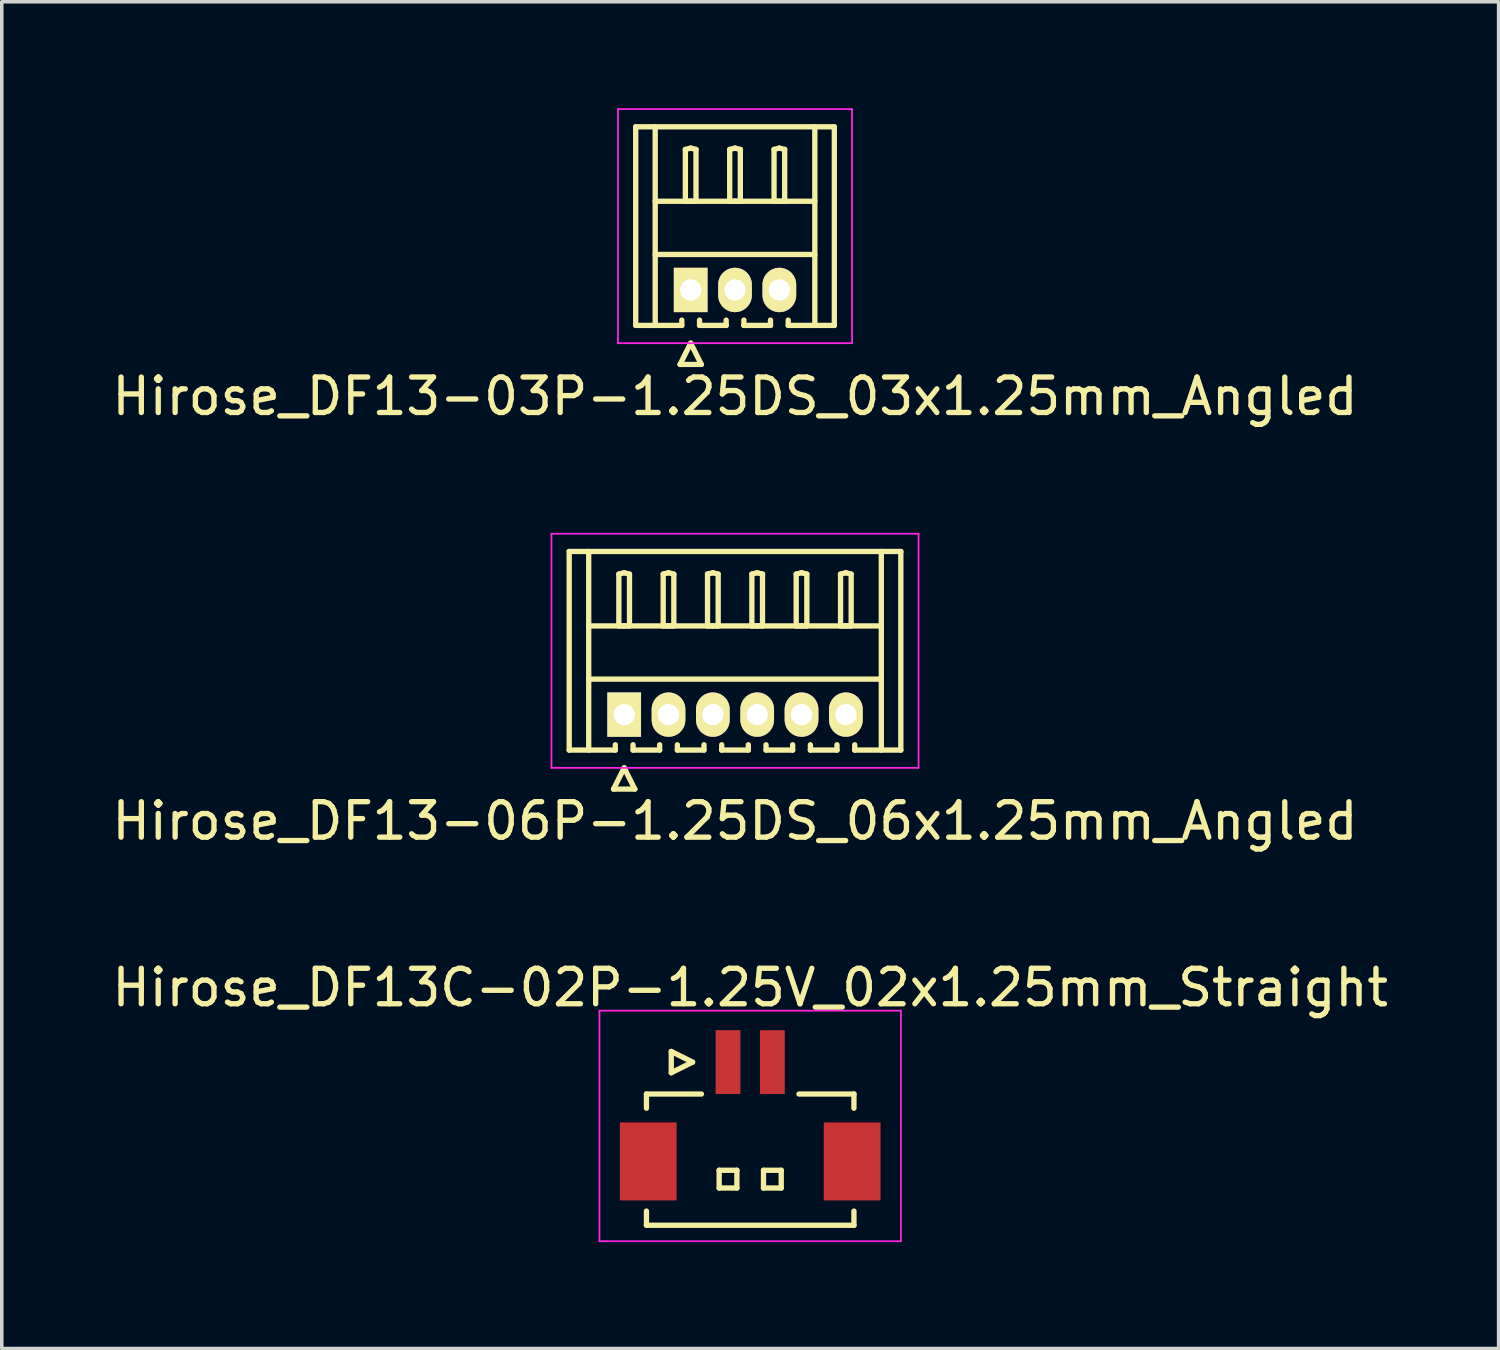
<source format=kicad_pcb>
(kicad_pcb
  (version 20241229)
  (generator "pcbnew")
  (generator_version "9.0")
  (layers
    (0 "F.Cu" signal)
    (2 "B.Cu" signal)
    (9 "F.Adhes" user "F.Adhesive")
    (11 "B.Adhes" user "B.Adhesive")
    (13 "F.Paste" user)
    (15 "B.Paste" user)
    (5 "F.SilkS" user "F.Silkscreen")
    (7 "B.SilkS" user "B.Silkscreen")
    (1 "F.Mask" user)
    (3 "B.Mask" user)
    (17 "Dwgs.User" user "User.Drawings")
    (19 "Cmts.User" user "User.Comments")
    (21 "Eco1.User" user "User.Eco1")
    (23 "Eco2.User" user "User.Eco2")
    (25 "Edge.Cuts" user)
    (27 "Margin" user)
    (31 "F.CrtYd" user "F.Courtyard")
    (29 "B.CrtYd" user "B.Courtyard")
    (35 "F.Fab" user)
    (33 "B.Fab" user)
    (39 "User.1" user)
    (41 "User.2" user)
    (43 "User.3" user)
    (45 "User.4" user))
  (footprint "Hirose_DF13-03P-1.25DS_03x1.25mm_Angled"
    (layer "F.Cu")
    (at 16.423 5.125)
    (property "Reference" "Hirose_DF13-03P-1.25DS_03x1.25mm_Angled" (at 1.25 3 0) (layer "F.SilkS") (effects (font (size 1 1) (thickness 0.15))))
    (attr through_hole)
    (fp_line (start -1.55 -4.6) (end 4.05 -4.6) (stroke (width 0.15) (type solid)) (layer "F.SilkS"))
    (fp_line (start -1.55 1) (end -1.55 -4.6) (stroke (width 0.15) (type solid)) (layer "F.SilkS"))
    (fp_line (start -1 -4.6) (end -1 1) (stroke (width 0.15) (type solid)) (layer "F.SilkS"))
    (fp_line (start -1 -2.5) (end 3.5 -2.5) (stroke (width 0.15) (type solid)) (layer "F.SilkS"))
    (fp_line (start -1 -1) (end 3.5 -1) (stroke (width 0.15) (type solid)) (layer "F.SilkS"))
    (fp_line (start -0.3 2.1) (end 0.3 2.1) (stroke (width 0.15) (type solid)) (layer "F.SilkS"))
    (fp_line (start -0.25 0.85) (end -0.25 1) (stroke (width 0.15) (type solid)) (layer "F.SilkS"))
    (fp_line (start -0.25 1) (end -1.55 1) (stroke (width 0.15) (type solid)) (layer "F.SilkS"))
    (fp_line (start -0.15 -3.962) (end 0 -4) (stroke (width 0.15) (type solid)) (layer "F.SilkS"))
    (fp_line (start -0.15 -2.5) (end -0.15 -3.962) (stroke (width 0.15) (type solid)) (layer "F.SilkS"))
    (fp_line (start 0 -4) (end 0.15 -3.962) (stroke (width 0.15) (type solid)) (layer "F.SilkS"))
    (fp_line (start 0 -2.5) (end -0.15 -2.5) (stroke (width 0.15) (type solid)) (layer "F.SilkS"))
    (fp_line (start 0 1.5) (end -0.3 2.1) (stroke (width 0.15) (type solid)) (layer "F.SilkS"))
    (fp_line (start 0.15 -3.962) (end 0.15 -2.5) (stroke (width 0.15) (type solid)) (layer "F.SilkS"))
    (fp_line (start 0.15 -2.5) (end 0 -2.5) (stroke (width 0.15) (type solid)) (layer "F.SilkS"))
    (fp_line (start 0.25 0.85) (end 0.25 1) (stroke (width 0.15) (type solid)) (layer "F.SilkS"))
    (fp_line (start 0.25 1) (end 1 1) (stroke (width 0.15) (type solid)) (layer "F.SilkS"))
    (fp_line (start 0.3 2.1) (end 0 1.5) (stroke (width 0.15) (type solid)) (layer "F.SilkS"))
    (fp_line (start 1 1) (end 1 0.85) (stroke (width 0.15) (type solid)) (layer "F.SilkS"))
    (fp_line (start 1.1 -3.962) (end 1.25 -4) (stroke (width 0.15) (type solid)) (layer "F.SilkS"))
    (fp_line (start 1.1 -2.5) (end 1.1 -3.962) (stroke (width 0.15) (type solid)) (layer "F.SilkS"))
    (fp_line (start 1.25 -4) (end 1.4 -3.962) (stroke (width 0.15) (type solid)) (layer "F.SilkS"))
    (fp_line (start 1.25 -2.5) (end 1.1 -2.5) (stroke (width 0.15) (type solid)) (layer "F.SilkS"))
    (fp_line (start 1.4 -3.962) (end 1.4 -2.5) (stroke (width 0.15) (type solid)) (layer "F.SilkS"))
    (fp_line (start 1.4 -2.5) (end 1.25 -2.5) (stroke (width 0.15) (type solid)) (layer "F.SilkS"))
    (fp_line (start 1.5 0.85) (end 1.5 1) (stroke (width 0.15) (type solid)) (layer "F.SilkS"))
    (fp_line (start 1.5 1) (end 2.25 1) (stroke (width 0.15) (type solid)) (layer "F.SilkS"))
    (fp_line (start 2.25 1) (end 2.25 0.85) (stroke (width 0.15) (type solid)) (layer "F.SilkS"))
    (fp_line (start 2.35 -3.962) (end 2.5 -4) (stroke (width 0.15) (type solid)) (layer "F.SilkS"))
    (fp_line (start 2.35 -2.5) (end 2.35 -3.962) (stroke (width 0.15) (type solid)) (layer "F.SilkS"))
    (fp_line (start 2.5 -4) (end 2.65 -3.962) (stroke (width 0.15) (type solid)) (layer "F.SilkS"))
    (fp_line (start 2.5 -2.5) (end 2.35 -2.5) (stroke (width 0.15) (type solid)) (layer "F.SilkS"))
    (fp_line (start 2.65 -3.962) (end 2.65 -2.5) (stroke (width 0.15) (type solid)) (layer "F.SilkS"))
    (fp_line (start 2.65 -2.5) (end 2.5 -2.5) (stroke (width 0.15) (type solid)) (layer "F.SilkS"))
    (fp_line (start 2.75 1) (end 2.75 0.85) (stroke (width 0.15) (type solid)) (layer "F.SilkS"))
    (fp_line (start 3.5 -4.6) (end 3.5 1) (stroke (width 0.15) (type solid)) (layer "F.SilkS"))
    (fp_line (start 4.05 -4.6) (end 4.05 1) (stroke (width 0.15) (type solid)) (layer "F.SilkS"))
    (fp_line (start 4.05 1) (end 2.75 1) (stroke (width 0.15) (type solid)) (layer "F.SilkS"))
    (fp_line (start -2.05 -5.1) (end -2.05 1.5) (stroke (width 0.05) (type solid)) (layer "F.CrtYd"))
    (fp_line (start -2.05 1.5) (end 4.55 1.5) (stroke (width 0.05) (type solid)) (layer "F.CrtYd"))
    (fp_line (start 4.55 -5.1) (end -2.05 -5.1) (stroke (width 0.05) (type solid)) (layer "F.CrtYd"))
    (fp_line (start 4.55 1.5) (end 4.55 -5.1) (stroke (width 0.05) (type solid)) (layer "F.CrtYd"))
    (pad "1" thru_hole rect (at 0 0) (size 0.95 1.25) (drill 0.6) (layers "*.Cu" "*.Mask" "F.SilkS"))
    (pad "2" thru_hole oval (at 1.25 0) (size 0.95 1.25) (drill 0.6) (layers "*.Cu" "*.Mask" "F.SilkS"))
    (pad "3" thru_hole oval (at 2.5 0) (size 0.95 1.25) (drill 0.6) (layers "*.Cu" "*.Mask" "F.SilkS")))
  (footprint "Hirose_DF13C-02P-1.25V_02x1.25mm_Straight"
    (layer "F.Cu")
    (at 18.101 28.295)
    (property "Reference" "Hirose_DF13C-02P-1.25V_02x1.25mm_Straight" (at 0 -3.5 0) (layer "F.SilkS") (effects (font (size 1 1) (thickness 0.15))))
    (attr smd)
    (fp_line (start -2.925 -0.5) (end -2.925 -0.1) (stroke (width 0.15) (type solid)) (layer "F.SilkS"))
    (fp_line (start -2.925 -0.5) (end -1.375 -0.5) (stroke (width 0.15) (type solid)) (layer "F.SilkS"))
    (fp_line (start -2.925 3.2) (end -2.925 2.8) (stroke (width 0.15) (type solid)) (layer "F.SilkS"))
    (fp_line (start -2.925 3.2) (end 2.925 3.2) (stroke (width 0.15) (type solid)) (layer "F.SilkS"))
    (fp_line (start -2.225 -1.7) (end -2.225 -1.1) (stroke (width 0.15) (type solid)) (layer "F.SilkS"))
    (fp_line (start -2.225 -1.1) (end -1.625 -1.4) (stroke (width 0.15) (type solid)) (layer "F.SilkS"))
    (fp_line (start -1.625 -1.4) (end -2.225 -1.7) (stroke (width 0.15) (type solid)) (layer "F.SilkS"))
    (fp_line (start -0.875 1.65) (end -0.875 2.15) (stroke (width 0.15) (type solid)) (layer "F.SilkS"))
    (fp_line (start -0.875 2.15) (end -0.375 2.15) (stroke (width 0.15) (type solid)) (layer "F.SilkS"))
    (fp_line (start -0.375 1.65) (end -0.875 1.65) (stroke (width 0.15) (type solid)) (layer "F.SilkS"))
    (fp_line (start -0.375 2.15) (end -0.375 1.65) (stroke (width 0.15) (type solid)) (layer "F.SilkS"))
    (fp_line (start 0.375 1.65) (end 0.375 2.15) (stroke (width 0.15) (type solid)) (layer "F.SilkS"))
    (fp_line (start 0.375 2.15) (end 0.875 2.15) (stroke (width 0.15) (type solid)) (layer "F.SilkS"))
    (fp_line (start 0.875 1.65) (end 0.375 1.65) (stroke (width 0.15) (type solid)) (layer "F.SilkS"))
    (fp_line (start 0.875 2.15) (end 0.875 1.65) (stroke (width 0.15) (type solid)) (layer "F.SilkS"))
    (fp_line (start 2.925 -0.5) (end 1.375 -0.5) (stroke (width 0.15) (type solid)) (layer "F.SilkS"))
    (fp_line (start 2.925 -0.5) (end 2.925 -0.1) (stroke (width 0.15) (type solid)) (layer "F.SilkS"))
    (fp_line (start 2.925 3.2) (end 2.925 2.8) (stroke (width 0.15) (type solid)) (layer "F.SilkS"))
    (fp_line (start -4.25 -2.85) (end -4.25 3.65) (stroke (width 0.05) (type solid)) (layer "F.CrtYd"))
    (fp_line (start -4.25 3.65) (end 4.25 3.65) (stroke (width 0.05) (type solid)) (layer "F.CrtYd"))
    (fp_line (start 4.25 -2.85) (end -4.25 -2.85) (stroke (width 0.05) (type solid)) (layer "F.CrtYd"))
    (fp_line (start 4.25 3.65) (end 4.25 -2.85) (stroke (width 0.05) (type solid)) (layer "F.CrtYd"))
    (pad "" smd rect (at -2.875 1.4) (size 1.6 2.2) (layers "F.Cu" "F.Mask" "F.Paste"))
    (pad "" smd rect (at 2.875 1.4) (size 1.6 2.2) (layers "F.Cu" "F.Mask" "F.Paste"))
    (pad "1" smd rect (at -0.625 -1.4) (size 0.7 1.8) (layers "F.Cu" "F.Mask" "F.Paste"))
    (pad "2" smd rect (at 0.625 -1.4) (size 0.7 1.8) (layers "F.Cu" "F.Mask" "F.Paste")))
  (footprint "Hirose_DF13-06P-1.25DS_06x1.25mm_Angled"
    (layer "F.Cu")
    (at 14.548 17.098)
    (property "Reference" "Hirose_DF13-06P-1.25DS_06x1.25mm_Angled" (at 3.125 3 0) (layer "F.SilkS") (effects (font (size 1 1) (thickness 0.15))))
    (attr through_hole)
    (fp_line (start -1.55 -4.6) (end 7.8 -4.6) (stroke (width 0.15) (type solid)) (layer "F.SilkS"))
    (fp_line (start -1.55 1) (end -1.55 -4.6) (stroke (width 0.15) (type solid)) (layer "F.SilkS"))
    (fp_line (start -1 -4.6) (end -1 1) (stroke (width 0.15) (type solid)) (layer "F.SilkS"))
    (fp_line (start -1 -2.5) (end 7.25 -2.5) (stroke (width 0.15) (type solid)) (layer "F.SilkS"))
    (fp_line (start -1 -1) (end 7.25 -1) (stroke (width 0.15) (type solid)) (layer "F.SilkS"))
    (fp_line (start -0.3 2.1) (end 0.3 2.1) (stroke (width 0.15) (type solid)) (layer "F.SilkS"))
    (fp_line (start -0.25 0.85) (end -0.25 1) (stroke (width 0.15) (type solid)) (layer "F.SilkS"))
    (fp_line (start -0.25 1) (end -1.55 1) (stroke (width 0.15) (type solid)) (layer "F.SilkS"))
    (fp_line (start -0.15 -3.962) (end 0 -4) (stroke (width 0.15) (type solid)) (layer "F.SilkS"))
    (fp_line (start -0.15 -2.5) (end -0.15 -3.962) (stroke (width 0.15) (type solid)) (layer "F.SilkS"))
    (fp_line (start 0 -4) (end 0.15 -3.962) (stroke (width 0.15) (type solid)) (layer "F.SilkS"))
    (fp_line (start 0 -2.5) (end -0.15 -2.5) (stroke (width 0.15) (type solid)) (layer "F.SilkS"))
    (fp_line (start 0 1.5) (end -0.3 2.1) (stroke (width 0.15) (type solid)) (layer "F.SilkS"))
    (fp_line (start 0.15 -3.962) (end 0.15 -2.5) (stroke (width 0.15) (type solid)) (layer "F.SilkS"))
    (fp_line (start 0.15 -2.5) (end 0 -2.5) (stroke (width 0.15) (type solid)) (layer "F.SilkS"))
    (fp_line (start 0.25 0.85) (end 0.25 1) (stroke (width 0.15) (type solid)) (layer "F.SilkS"))
    (fp_line (start 0.25 1) (end 1 1) (stroke (width 0.15) (type solid)) (layer "F.SilkS"))
    (fp_line (start 0.3 2.1) (end 0 1.5) (stroke (width 0.15) (type solid)) (layer "F.SilkS"))
    (fp_line (start 1 1) (end 1 0.85) (stroke (width 0.15) (type solid)) (layer "F.SilkS"))
    (fp_line (start 1.1 -3.962) (end 1.25 -4) (stroke (width 0.15) (type solid)) (layer "F.SilkS"))
    (fp_line (start 1.1 -2.5) (end 1.1 -3.962) (stroke (width 0.15) (type solid)) (layer "F.SilkS"))
    (fp_line (start 1.25 -4) (end 1.4 -3.962) (stroke (width 0.15) (type solid)) (layer "F.SilkS"))
    (fp_line (start 1.25 -2.5) (end 1.1 -2.5) (stroke (width 0.15) (type solid)) (layer "F.SilkS"))
    (fp_line (start 1.4 -3.962) (end 1.4 -2.5) (stroke (width 0.15) (type solid)) (layer "F.SilkS"))
    (fp_line (start 1.4 -2.5) (end 1.25 -2.5) (stroke (width 0.15) (type solid)) (layer "F.SilkS"))
    (fp_line (start 1.5 0.85) (end 1.5 1) (stroke (width 0.15) (type solid)) (layer "F.SilkS"))
    (fp_line (start 1.5 1) (end 2.25 1) (stroke (width 0.15) (type solid)) (layer "F.SilkS"))
    (fp_line (start 2.25 1) (end 2.25 0.85) (stroke (width 0.15) (type solid)) (layer "F.SilkS"))
    (fp_line (start 2.35 -3.962) (end 2.5 -4) (stroke (width 0.15) (type solid)) (layer "F.SilkS"))
    (fp_line (start 2.35 -2.5) (end 2.35 -3.962) (stroke (width 0.15) (type solid)) (layer "F.SilkS"))
    (fp_line (start 2.5 -4) (end 2.65 -3.962) (stroke (width 0.15) (type solid)) (layer "F.SilkS"))
    (fp_line (start 2.5 -2.5) (end 2.35 -2.5) (stroke (width 0.15) (type solid)) (layer "F.SilkS"))
    (fp_line (start 2.65 -3.962) (end 2.65 -2.5) (stroke (width 0.15) (type solid)) (layer "F.SilkS"))
    (fp_line (start 2.65 -2.5) (end 2.5 -2.5) (stroke (width 0.15) (type solid)) (layer "F.SilkS"))
    (fp_line (start 2.75 0.85) (end 2.75 1) (stroke (width 0.15) (type solid)) (layer "F.SilkS"))
    (fp_line (start 2.75 1) (end 3.5 1) (stroke (width 0.15) (type solid)) (layer "F.SilkS"))
    (fp_line (start 3.5 1) (end 3.5 0.85) (stroke (width 0.15) (type solid)) (layer "F.SilkS"))
    (fp_line (start 3.6 -3.962) (end 3.75 -4) (stroke (width 0.15) (type solid)) (layer "F.SilkS"))
    (fp_line (start 3.6 -2.5) (end 3.6 -3.962) (stroke (width 0.15) (type solid)) (layer "F.SilkS"))
    (fp_line (start 3.75 -4) (end 3.9 -3.962) (stroke (width 0.15) (type solid)) (layer "F.SilkS"))
    (fp_line (start 3.75 -2.5) (end 3.6 -2.5) (stroke (width 0.15) (type solid)) (layer "F.SilkS"))
    (fp_line (start 3.9 -3.962) (end 3.9 -2.5) (stroke (width 0.15) (type solid)) (layer "F.SilkS"))
    (fp_line (start 3.9 -2.5) (end 3.75 -2.5) (stroke (width 0.15) (type solid)) (layer "F.SilkS"))
    (fp_line (start 4 0.85) (end 4 1) (stroke (width 0.15) (type solid)) (layer "F.SilkS"))
    (fp_line (start 4 1) (end 4.75 1) (stroke (width 0.15) (type solid)) (layer "F.SilkS"))
    (fp_line (start 4.75 1) (end 4.75 0.85) (stroke (width 0.15) (type solid)) (layer "F.SilkS"))
    (fp_line (start 4.85 -3.962) (end 5 -4) (stroke (width 0.15) (type solid)) (layer "F.SilkS"))
    (fp_line (start 4.85 -2.5) (end 4.85 -3.962) (stroke (width 0.15) (type solid)) (layer "F.SilkS"))
    (fp_line (start 5 -4) (end 5.15 -3.962) (stroke (width 0.15) (type solid)) (layer "F.SilkS"))
    (fp_line (start 5 -2.5) (end 4.85 -2.5) (stroke (width 0.15) (type solid)) (layer "F.SilkS"))
    (fp_line (start 5.15 -3.962) (end 5.15 -2.5) (stroke (width 0.15) (type solid)) (layer "F.SilkS"))
    (fp_line (start 5.15 -2.5) (end 5 -2.5) (stroke (width 0.15) (type solid)) (layer "F.SilkS"))
    (fp_line (start 5.25 0.85) (end 5.25 1) (stroke (width 0.15) (type solid)) (layer "F.SilkS"))
    (fp_line (start 5.25 1) (end 6 1) (stroke (width 0.15) (type solid)) (layer "F.SilkS"))
    (fp_line (start 6 1) (end 6 0.85) (stroke (width 0.15) (type solid)) (layer "F.SilkS"))
    (fp_line (start 6.1 -3.962) (end 6.25 -4) (stroke (width 0.15) (type solid)) (layer "F.SilkS"))
    (fp_line (start 6.1 -2.5) (end 6.1 -3.962) (stroke (width 0.15) (type solid)) (layer "F.SilkS"))
    (fp_line (start 6.25 -4) (end 6.4 -3.962) (stroke (width 0.15) (type solid)) (layer "F.SilkS"))
    (fp_line (start 6.25 -2.5) (end 6.1 -2.5) (stroke (width 0.15) (type solid)) (layer "F.SilkS"))
    (fp_line (start 6.4 -3.962) (end 6.4 -2.5) (stroke (width 0.15) (type solid)) (layer "F.SilkS"))
    (fp_line (start 6.4 -2.5) (end 6.25 -2.5) (stroke (width 0.15) (type solid)) (layer "F.SilkS"))
    (fp_line (start 6.5 1) (end 6.5 0.85) (stroke (width 0.15) (type solid)) (layer "F.SilkS"))
    (fp_line (start 7.25 -4.6) (end 7.25 1) (stroke (width 0.15) (type solid)) (layer "F.SilkS"))
    (fp_line (start 7.8 -4.6) (end 7.8 1) (stroke (width 0.15) (type solid)) (layer "F.SilkS"))
    (fp_line (start 7.8 1) (end 6.5 1) (stroke (width 0.15) (type solid)) (layer "F.SilkS"))
    (fp_line (start -2.05 -5.1) (end -2.05 1.5) (stroke (width 0.05) (type solid)) (layer "F.CrtYd"))
    (fp_line (start -2.05 1.5) (end 8.3 1.5) (stroke (width 0.05) (type solid)) (layer "F.CrtYd"))
    (fp_line (start 8.3 -5.1) (end -2.05 -5.1) (stroke (width 0.05) (type solid)) (layer "F.CrtYd"))
    (fp_line (start 8.3 1.5) (end 8.3 -5.1) (stroke (width 0.05) (type solid)) (layer "F.CrtYd"))
    (pad "1" thru_hole rect (at 0 0) (size 0.95 1.25) (drill 0.6) (layers "*.Cu" "*.Mask" "F.SilkS"))
    (pad "2" thru_hole oval (at 1.25 0) (size 0.95 1.25) (drill 0.6) (layers "*.Cu" "*.Mask" "F.SilkS"))
    (pad "3" thru_hole oval (at 2.5 0) (size 0.95 1.25) (drill 0.6) (layers "*.Cu" "*.Mask" "F.SilkS"))
    (pad "4" thru_hole oval (at 3.75 0) (size 0.95 1.25) (drill 0.6) (layers "*.Cu" "*.Mask" "F.SilkS"))
    (pad "5" thru_hole oval (at 5 0) (size 0.95 1.25) (drill 0.6) (layers "*.Cu" "*.Mask" "F.SilkS"))
    (pad "6" thru_hole oval (at 6.25 0) (size 0.95 1.25) (drill 0.6) (layers "*.Cu" "*.Mask" "F.SilkS")))
  (gr_rect
    (start -3 -3)
    (end 39.202 34.97)
    (stroke (width 0.1) (type default))
    (fill no)
    (layer "Edge.Cuts")))
</source>
